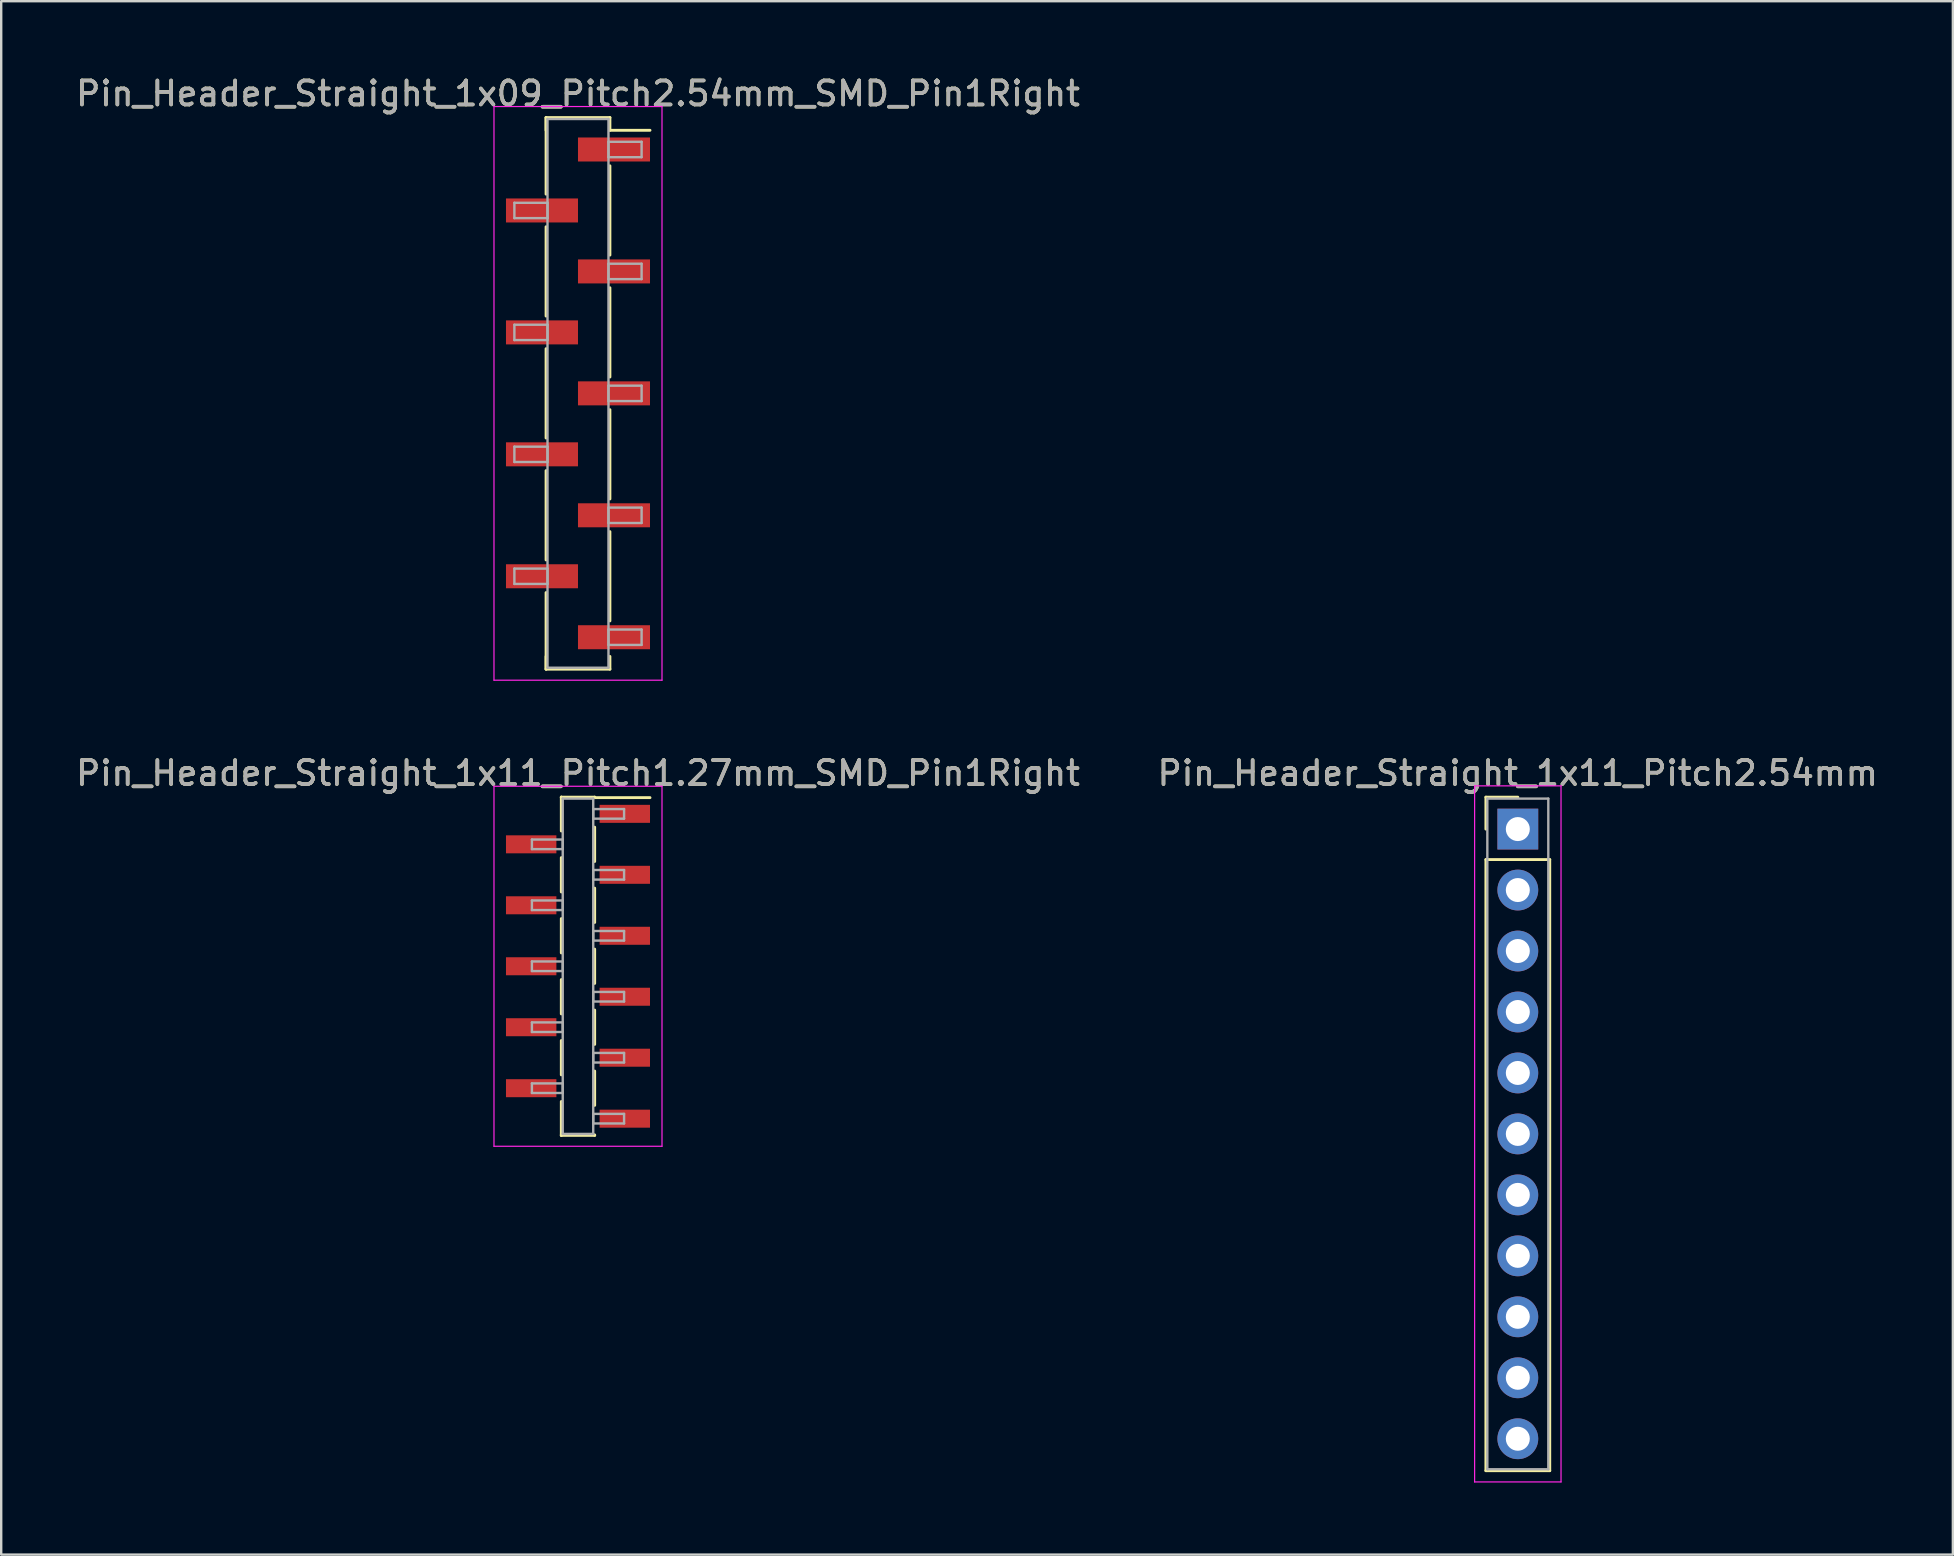
<source format=kicad_pcb>
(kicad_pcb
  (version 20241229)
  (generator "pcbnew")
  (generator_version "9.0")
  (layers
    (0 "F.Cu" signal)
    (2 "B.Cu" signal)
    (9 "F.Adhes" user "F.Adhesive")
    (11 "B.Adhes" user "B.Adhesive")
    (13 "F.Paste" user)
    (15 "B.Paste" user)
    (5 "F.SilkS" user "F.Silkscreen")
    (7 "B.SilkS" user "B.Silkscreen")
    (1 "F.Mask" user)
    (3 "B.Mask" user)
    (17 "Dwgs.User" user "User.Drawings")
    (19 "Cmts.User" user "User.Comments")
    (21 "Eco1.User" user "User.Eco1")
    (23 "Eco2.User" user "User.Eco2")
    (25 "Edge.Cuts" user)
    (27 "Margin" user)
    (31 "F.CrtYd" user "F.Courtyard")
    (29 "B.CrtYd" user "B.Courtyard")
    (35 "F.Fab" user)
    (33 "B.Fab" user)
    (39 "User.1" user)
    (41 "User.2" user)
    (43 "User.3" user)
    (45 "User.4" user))
  (footprint "Pin_Header_Straight_1x09_Pitch2.54mm_SMD_Pin1Right"
    (layer "F.Cu")
    (at 21.03 13.338)
    (property "Reference" "Pin_Header_Straight_1x09_Pitch2.54mm_SMD_Pin1Right" (at 0 -12.49 0) (layer "F.SilkS") (effects (font (size 1 1) (thickness 0.15))))
    (attr smd)
    (fp_line (start -1.33 -11.49) (end -1.33 -8.3) (stroke (width 0.12) (type solid)) (layer "F.SilkS"))
    (fp_line (start -1.33 -11.49) (end 1.33 -11.49) (stroke (width 0.12) (type solid)) (layer "F.SilkS"))
    (fp_line (start -1.33 -10.96) (end -1.33 -11.49) (stroke (width 0.12) (type solid)) (layer "F.SilkS"))
    (fp_line (start -1.33 -6.94) (end -1.33 -3.22) (stroke (width 0.12) (type solid)) (layer "F.SilkS"))
    (fp_line (start -1.33 -1.86) (end -1.33 1.86) (stroke (width 0.12) (type solid)) (layer "F.SilkS"))
    (fp_line (start -1.33 3.22) (end -1.33 6.94) (stroke (width 0.12) (type solid)) (layer "F.SilkS"))
    (fp_line (start -1.33 8.3) (end -1.33 11.49) (stroke (width 0.12) (type solid)) (layer "F.SilkS"))
    (fp_line (start -1.33 10.96) (end -1.33 11.49) (stroke (width 0.12) (type solid)) (layer "F.SilkS"))
    (fp_line (start -1.33 11.49) (end 1.33 11.49) (stroke (width 0.12) (type solid)) (layer "F.SilkS"))
    (fp_line (start 1.33 -11.49) (end 1.33 -10.96) (stroke (width 0.12) (type solid)) (layer "F.SilkS"))
    (fp_line (start 1.33 -10.96) (end 3 -10.96) (stroke (width 0.12) (type solid)) (layer "F.SilkS"))
    (fp_line (start 1.33 -9.48) (end 1.33 -5.76) (stroke (width 0.12) (type solid)) (layer "F.SilkS"))
    (fp_line (start 1.33 -4.4) (end 1.33 -0.68) (stroke (width 0.12) (type solid)) (layer "F.SilkS"))
    (fp_line (start 1.33 0.68) (end 1.33 4.4) (stroke (width 0.12) (type solid)) (layer "F.SilkS"))
    (fp_line (start 1.33 5.76) (end 1.33 9.48) (stroke (width 0.12) (type solid)) (layer "F.SilkS"))
    (fp_line (start 1.33 11.49) (end 1.33 10.96) (stroke (width 0.12) (type solid)) (layer "F.SilkS"))
    (fp_line (start -3.5 -11.95) (end -3.5 11.95) (stroke (width 0.05) (type solid)) (layer "F.CrtYd"))
    (fp_line (start -3.5 11.95) (end 3.5 11.95) (stroke (width 0.05) (type solid)) (layer "F.CrtYd"))
    (fp_line (start 3.5 -11.95) (end -3.5 -11.95) (stroke (width 0.05) (type solid)) (layer "F.CrtYd"))
    (fp_line (start 3.5 11.95) (end 3.5 -11.95) (stroke (width 0.05) (type solid)) (layer "F.CrtYd"))
    (fp_line (start -2.65 -7.94) (end -1.27 -7.94) (stroke (width 0.1) (type solid)) (layer "F.Fab"))
    (fp_line (start -2.65 -7.3) (end -2.65 -7.94) (stroke (width 0.1) (type solid)) (layer "F.Fab"))
    (fp_line (start -2.65 -2.86) (end -1.27 -2.86) (stroke (width 0.1) (type solid)) (layer "F.Fab"))
    (fp_line (start -2.65 -2.22) (end -2.65 -2.86) (stroke (width 0.1) (type solid)) (layer "F.Fab"))
    (fp_line (start -2.65 2.22) (end -1.27 2.22) (stroke (width 0.1) (type solid)) (layer "F.Fab"))
    (fp_line (start -2.65 2.86) (end -2.65 2.22) (stroke (width 0.1) (type solid)) (layer "F.Fab"))
    (fp_line (start -2.65 7.3) (end -1.27 7.3) (stroke (width 0.1) (type solid)) (layer "F.Fab"))
    (fp_line (start -2.65 7.94) (end -2.65 7.3) (stroke (width 0.1) (type solid)) (layer "F.Fab"))
    (fp_line (start -1.27 -11.43) (end -1.27 11.43) (stroke (width 0.1) (type solid)) (layer "F.Fab"))
    (fp_line (start -1.27 -7.94) (end -1.27 -7.3) (stroke (width 0.1) (type solid)) (layer "F.Fab"))
    (fp_line (start -1.27 -7.3) (end -2.65 -7.3) (stroke (width 0.1) (type solid)) (layer "F.Fab"))
    (fp_line (start -1.27 -2.86) (end -1.27 -2.22) (stroke (width 0.1) (type solid)) (layer "F.Fab"))
    (fp_line (start -1.27 -2.22) (end -2.65 -2.22) (stroke (width 0.1) (type solid)) (layer "F.Fab"))
    (fp_line (start -1.27 2.22) (end -1.27 2.86) (stroke (width 0.1) (type solid)) (layer "F.Fab"))
    (fp_line (start -1.27 2.86) (end -2.65 2.86) (stroke (width 0.1) (type solid)) (layer "F.Fab"))
    (fp_line (start -1.27 7.3) (end -1.27 7.94) (stroke (width 0.1) (type solid)) (layer "F.Fab"))
    (fp_line (start -1.27 7.94) (end -2.65 7.94) (stroke (width 0.1) (type solid)) (layer "F.Fab"))
    (fp_line (start -1.27 11.43) (end 1.27 11.43) (stroke (width 0.1) (type solid)) (layer "F.Fab"))
    (fp_line (start 1.27 -11.43) (end -1.27 -11.43) (stroke (width 0.1) (type solid)) (layer "F.Fab"))
    (fp_line (start 1.27 -10.48) (end 1.27 -9.84) (stroke (width 0.1) (type solid)) (layer "F.Fab"))
    (fp_line (start 1.27 -9.84) (end 2.65 -9.84) (stroke (width 0.1) (type solid)) (layer "F.Fab"))
    (fp_line (start 1.27 -5.4) (end 1.27 -4.76) (stroke (width 0.1) (type solid)) (layer "F.Fab"))
    (fp_line (start 1.27 -4.76) (end 2.65 -4.76) (stroke (width 0.1) (type solid)) (layer "F.Fab"))
    (fp_line (start 1.27 -0.32) (end 1.27 0.32) (stroke (width 0.1) (type solid)) (layer "F.Fab"))
    (fp_line (start 1.27 0.32) (end 2.65 0.32) (stroke (width 0.1) (type solid)) (layer "F.Fab"))
    (fp_line (start 1.27 4.76) (end 1.27 5.4) (stroke (width 0.1) (type solid)) (layer "F.Fab"))
    (fp_line (start 1.27 5.4) (end 2.65 5.4) (stroke (width 0.1) (type solid)) (layer "F.Fab"))
    (fp_line (start 1.27 9.84) (end 1.27 10.48) (stroke (width 0.1) (type solid)) (layer "F.Fab"))
    (fp_line (start 1.27 10.48) (end 2.65 10.48) (stroke (width 0.1) (type solid)) (layer "F.Fab"))
    (fp_line (start 1.27 11.43) (end 1.27 -11.43) (stroke (width 0.1) (type solid)) (layer "F.Fab"))
    (fp_line (start 2.65 -10.48) (end 1.27 -10.48) (stroke (width 0.1) (type solid)) (layer "F.Fab"))
    (fp_line (start 2.65 -9.84) (end 2.65 -10.48) (stroke (width 0.1) (type solid)) (layer "F.Fab"))
    (fp_line (start 2.65 -5.4) (end 1.27 -5.4) (stroke (width 0.1) (type solid)) (layer "F.Fab"))
    (fp_line (start 2.65 -4.76) (end 2.65 -5.4) (stroke (width 0.1) (type solid)) (layer "F.Fab"))
    (fp_line (start 2.65 -0.32) (end 1.27 -0.32) (stroke (width 0.1) (type solid)) (layer "F.Fab"))
    (fp_line (start 2.65 0.32) (end 2.65 -0.32) (stroke (width 0.1) (type solid)) (layer "F.Fab"))
    (fp_line (start 2.65 4.76) (end 1.27 4.76) (stroke (width 0.1) (type solid)) (layer "F.Fab"))
    (fp_line (start 2.65 5.4) (end 2.65 4.76) (stroke (width 0.1) (type solid)) (layer "F.Fab"))
    (fp_line (start 2.65 9.84) (end 1.27 9.84) (stroke (width 0.1) (type solid)) (layer "F.Fab"))
    (fp_line (start 2.65 10.48) (end 2.65 9.84) (stroke (width 0.1) (type solid)) (layer "F.Fab"))
    (fp_text user "${REFERENCE}" (at 0 -12.49 0) (layer "F.Fab") (effects (font (size 1 1) (thickness 0.15))))
    (pad "1" smd rect (at 1.5 -10.16) (size 3 1) (layers "F.Cu" "F.Mask" "F.Paste"))
    (pad "2" smd rect (at -1.5 -7.62) (size 3 1) (layers "F.Cu" "F.Mask" "F.Paste"))
    (pad "3" smd rect (at 1.5 -5.08) (size 3 1) (layers "F.Cu" "F.Mask" "F.Paste"))
    (pad "4" smd rect (at -1.5 -2.54) (size 3 1) (layers "F.Cu" "F.Mask" "F.Paste"))
    (pad "5" smd rect (at 1.5 0) (size 3 1) (layers "F.Cu" "F.Mask" "F.Paste"))
    (pad "6" smd rect (at -1.5 2.54) (size 3 1) (layers "F.Cu" "F.Mask" "F.Paste"))
    (pad "7" smd rect (at 1.5 5.08) (size 3 1) (layers "F.Cu" "F.Mask" "F.Paste"))
    (pad "8" smd rect (at -1.5 7.62) (size 3 1) (layers "F.Cu" "F.Mask" "F.Paste"))
    (pad "9" smd rect (at 1.5 10.16) (size 3 1) (layers "F.Cu" "F.Mask" "F.Paste")))
  (footprint "Pin_Header_Straight_1x11_Pitch2.54mm"
    (layer "F.Cu")
    (at 60.185 31.491)
    (property "Reference" "Pin_Header_Straight_1x11_Pitch2.54mm" (at 0 -2.33 0) (layer "F.SilkS") (effects (font (size 1 1) (thickness 0.15))))
    (attr through_hole)
    (fp_line (start -1.33 -1.33) (end 0 -1.33) (stroke (width 0.12) (type solid)) (layer "F.SilkS"))
    (fp_line (start -1.33 0) (end -1.33 -1.33) (stroke (width 0.12) (type solid)) (layer "F.SilkS"))
    (fp_line (start -1.33 1.27) (end -1.33 26.73) (stroke (width 0.12) (type solid)) (layer "F.SilkS"))
    (fp_line (start -1.33 26.73) (end 1.33 26.73) (stroke (width 0.12) (type solid)) (layer "F.SilkS"))
    (fp_line (start 1.33 1.27) (end -1.33 1.27) (stroke (width 0.12) (type solid)) (layer "F.SilkS"))
    (fp_line (start 1.33 26.73) (end 1.33 1.27) (stroke (width 0.12) (type solid)) (layer "F.SilkS"))
    (fp_line (start -1.8 -1.8) (end -1.8 27.2) (stroke (width 0.05) (type solid)) (layer "F.CrtYd"))
    (fp_line (start -1.8 27.2) (end 1.8 27.2) (stroke (width 0.05) (type solid)) (layer "F.CrtYd"))
    (fp_line (start 1.8 -1.8) (end -1.8 -1.8) (stroke (width 0.05) (type solid)) (layer "F.CrtYd"))
    (fp_line (start 1.8 27.2) (end 1.8 -1.8) (stroke (width 0.05) (type solid)) (layer "F.CrtYd"))
    (fp_line (start -1.27 -1.27) (end -1.27 26.67) (stroke (width 0.1) (type solid)) (layer "F.Fab"))
    (fp_line (start -1.27 26.67) (end 1.27 26.67) (stroke (width 0.1) (type solid)) (layer "F.Fab"))
    (fp_line (start 1.27 -1.27) (end -1.27 -1.27) (stroke (width 0.1) (type solid)) (layer "F.Fab"))
    (fp_line (start 1.27 26.67) (end 1.27 -1.27) (stroke (width 0.1) (type solid)) (layer "F.Fab"))
    (fp_text user "${REFERENCE}" (at 0 -2.33 0) (layer "F.Fab") (effects (font (size 1 1) (thickness 0.15))))
    (pad "1" thru_hole rect (at 0 0) (size 1.7 1.7) (drill 1) (layers "*.Cu" "*.Mask"))
    (pad "2" thru_hole oval (at 0 2.54) (size 1.7 1.7) (drill 1) (layers "*.Cu" "*.Mask"))
    (pad "3" thru_hole oval (at 0 5.08) (size 1.7 1.7) (drill 1) (layers "*.Cu" "*.Mask"))
    (pad "4" thru_hole oval (at 0 7.62) (size 1.7 1.7) (drill 1) (layers "*.Cu" "*.Mask"))
    (pad "5" thru_hole oval (at 0 10.16) (size 1.7 1.7) (drill 1) (layers "*.Cu" "*.Mask"))
    (pad "6" thru_hole oval (at 0 12.7) (size 1.7 1.7) (drill 1) (layers "*.Cu" "*.Mask"))
    (pad "7" thru_hole oval (at 0 15.24) (size 1.7 1.7) (drill 1) (layers "*.Cu" "*.Mask"))
    (pad "8" thru_hole oval (at 0 17.78) (size 1.7 1.7) (drill 1) (layers "*.Cu" "*.Mask"))
    (pad "9" thru_hole oval (at 0 20.32) (size 1.7 1.7) (drill 1) (layers "*.Cu" "*.Mask"))
    (pad "10" thru_hole oval (at 0 22.86) (size 1.7 1.7) (drill 1) (layers "*.Cu" "*.Mask"))
    (pad "11" thru_hole oval (at 0 25.4) (size 1.7 1.7) (drill 1) (layers "*.Cu" "*.Mask")))
  (footprint "Pin_Header_Straight_1x11_Pitch1.27mm_SMD_Pin1Right"
    (layer "F.Cu")
    (at 21.03 37.206)
    (property "Reference" "Pin_Header_Straight_1x11_Pitch1.27mm_SMD_Pin1Right" (at 0 -8.045 0) (layer "F.SilkS") (effects (font (size 1 1) (thickness 0.15))))
    (attr smd)
    (fp_line (start -0.695 -7.045) (end -0.695 -5.635) (stroke (width 0.12) (type solid)) (layer "F.SilkS"))
    (fp_line (start -0.695 -7.045) (end 0.695 -7.045) (stroke (width 0.12) (type solid)) (layer "F.SilkS"))
    (fp_line (start -0.695 -7.025) (end -0.695 -7.045) (stroke (width 0.12) (type solid)) (layer "F.SilkS"))
    (fp_line (start -0.695 -4.525) (end -0.695 -3.095) (stroke (width 0.12) (type solid)) (layer "F.SilkS"))
    (fp_line (start -0.695 -1.985) (end -0.695 -0.555) (stroke (width 0.12) (type solid)) (layer "F.SilkS"))
    (fp_line (start -0.695 0.555) (end -0.695 1.985) (stroke (width 0.12) (type solid)) (layer "F.SilkS"))
    (fp_line (start -0.695 3.095) (end -0.695 4.525) (stroke (width 0.12) (type solid)) (layer "F.SilkS"))
    (fp_line (start -0.695 5.635) (end -0.695 7.045) (stroke (width 0.12) (type solid)) (layer "F.SilkS"))
    (fp_line (start -0.695 7.025) (end -0.695 7.045) (stroke (width 0.12) (type solid)) (layer "F.SilkS"))
    (fp_line (start -0.695 7.045) (end 0.695 7.045) (stroke (width 0.12) (type solid)) (layer "F.SilkS"))
    (fp_line (start 0.695 -7.045) (end 0.695 -7.025) (stroke (width 0.12) (type solid)) (layer "F.SilkS"))
    (fp_line (start 0.695 -7.025) (end 3 -7.025) (stroke (width 0.12) (type solid)) (layer "F.SilkS"))
    (fp_line (start 0.695 -5.795) (end 0.695 -4.365) (stroke (width 0.12) (type solid)) (layer "F.SilkS"))
    (fp_line (start 0.695 -3.255) (end 0.695 -1.825) (stroke (width 0.12) (type solid)) (layer "F.SilkS"))
    (fp_line (start 0.695 -0.715) (end 0.695 0.715) (stroke (width 0.12) (type solid)) (layer "F.SilkS"))
    (fp_line (start 0.695 1.825) (end 0.695 3.255) (stroke (width 0.12) (type solid)) (layer "F.SilkS"))
    (fp_line (start 0.695 4.365) (end 0.695 5.795) (stroke (width 0.12) (type solid)) (layer "F.SilkS"))
    (fp_line (start 0.695 7.045) (end 0.695 7.025) (stroke (width 0.12) (type solid)) (layer "F.SilkS"))
    (fp_line (start -3.5 -7.5) (end -3.5 7.5) (stroke (width 0.05) (type solid)) (layer "F.CrtYd"))
    (fp_line (start -3.5 7.5) (end 3.5 7.5) (stroke (width 0.05) (type solid)) (layer "F.CrtYd"))
    (fp_line (start 3.5 -7.5) (end -3.5 -7.5) (stroke (width 0.05) (type solid)) (layer "F.CrtYd"))
    (fp_line (start 3.5 7.5) (end 3.5 -7.5) (stroke (width 0.05) (type solid)) (layer "F.CrtYd"))
    (fp_line (start -1.92 -5.28) (end -0.635 -5.28) (stroke (width 0.1) (type solid)) (layer "F.Fab"))
    (fp_line (start -1.92 -4.88) (end -1.92 -5.28) (stroke (width 0.1) (type solid)) (layer "F.Fab"))
    (fp_line (start -1.92 -2.74) (end -0.635 -2.74) (stroke (width 0.1) (type solid)) (layer "F.Fab"))
    (fp_line (start -1.92 -2.34) (end -1.92 -2.74) (stroke (width 0.1) (type solid)) (layer "F.Fab"))
    (fp_line (start -1.92 -0.2) (end -0.635 -0.2) (stroke (width 0.1) (type solid)) (layer "F.Fab"))
    (fp_line (start -1.92 0.2) (end -1.92 -0.2) (stroke (width 0.1) (type solid)) (layer "F.Fab"))
    (fp_line (start -1.92 2.34) (end -0.635 2.34) (stroke (width 0.1) (type solid)) (layer "F.Fab"))
    (fp_line (start -1.92 2.74) (end -1.92 2.34) (stroke (width 0.1) (type solid)) (layer "F.Fab"))
    (fp_line (start -1.92 4.88) (end -0.635 4.88) (stroke (width 0.1) (type solid)) (layer "F.Fab"))
    (fp_line (start -1.92 5.28) (end -1.92 4.88) (stroke (width 0.1) (type solid)) (layer "F.Fab"))
    (fp_line (start -0.635 -6.985) (end -0.635 6.985) (stroke (width 0.1) (type solid)) (layer "F.Fab"))
    (fp_line (start -0.635 -5.28) (end -0.635 -4.88) (stroke (width 0.1) (type solid)) (layer "F.Fab"))
    (fp_line (start -0.635 -4.88) (end -1.92 -4.88) (stroke (width 0.1) (type solid)) (layer "F.Fab"))
    (fp_line (start -0.635 -2.74) (end -0.635 -2.34) (stroke (width 0.1) (type solid)) (layer "F.Fab"))
    (fp_line (start -0.635 -2.34) (end -1.92 -2.34) (stroke (width 0.1) (type solid)) (layer "F.Fab"))
    (fp_line (start -0.635 -0.2) (end -0.635 0.2) (stroke (width 0.1) (type solid)) (layer "F.Fab"))
    (fp_line (start -0.635 0.2) (end -1.92 0.2) (stroke (width 0.1) (type solid)) (layer "F.Fab"))
    (fp_line (start -0.635 2.34) (end -0.635 2.74) (stroke (width 0.1) (type solid)) (layer "F.Fab"))
    (fp_line (start -0.635 2.74) (end -1.92 2.74) (stroke (width 0.1) (type solid)) (layer "F.Fab"))
    (fp_line (start -0.635 4.88) (end -0.635 5.28) (stroke (width 0.1) (type solid)) (layer "F.Fab"))
    (fp_line (start -0.635 5.28) (end -1.92 5.28) (stroke (width 0.1) (type solid)) (layer "F.Fab"))
    (fp_line (start -0.635 6.985) (end 0.635 6.985) (stroke (width 0.1) (type solid)) (layer "F.Fab"))
    (fp_line (start 0.635 -6.985) (end -0.635 -6.985) (stroke (width 0.1) (type solid)) (layer "F.Fab"))
    (fp_line (start 0.635 -6.55) (end 0.635 -6.15) (stroke (width 0.1) (type solid)) (layer "F.Fab"))
    (fp_line (start 0.635 -6.15) (end 1.92 -6.15) (stroke (width 0.1) (type solid)) (layer "F.Fab"))
    (fp_line (start 0.635 -4.01) (end 0.635 -3.61) (stroke (width 0.1) (type solid)) (layer "F.Fab"))
    (fp_line (start 0.635 -3.61) (end 1.92 -3.61) (stroke (width 0.1) (type solid)) (layer "F.Fab"))
    (fp_line (start 0.635 -1.47) (end 0.635 -1.07) (stroke (width 0.1) (type solid)) (layer "F.Fab"))
    (fp_line (start 0.635 -1.07) (end 1.92 -1.07) (stroke (width 0.1) (type solid)) (layer "F.Fab"))
    (fp_line (start 0.635 1.07) (end 0.635 1.47) (stroke (width 0.1) (type solid)) (layer "F.Fab"))
    (fp_line (start 0.635 1.47) (end 1.92 1.47) (stroke (width 0.1) (type solid)) (layer "F.Fab"))
    (fp_line (start 0.635 3.61) (end 0.635 4.01) (stroke (width 0.1) (type solid)) (layer "F.Fab"))
    (fp_line (start 0.635 4.01) (end 1.92 4.01) (stroke (width 0.1) (type solid)) (layer "F.Fab"))
    (fp_line (start 0.635 6.15) (end 0.635 6.55) (stroke (width 0.1) (type solid)) (layer "F.Fab"))
    (fp_line (start 0.635 6.55) (end 1.92 6.55) (stroke (width 0.1) (type solid)) (layer "F.Fab"))
    (fp_line (start 0.635 6.985) (end 0.635 -6.985) (stroke (width 0.1) (type solid)) (layer "F.Fab"))
    (fp_line (start 1.92 -6.55) (end 0.635 -6.55) (stroke (width 0.1) (type solid)) (layer "F.Fab"))
    (fp_line (start 1.92 -6.15) (end 1.92 -6.55) (stroke (width 0.1) (type solid)) (layer "F.Fab"))
    (fp_line (start 1.92 -4.01) (end 0.635 -4.01) (stroke (width 0.1) (type solid)) (layer "F.Fab"))
    (fp_line (start 1.92 -3.61) (end 1.92 -4.01) (stroke (width 0.1) (type solid)) (layer "F.Fab"))
    (fp_line (start 1.92 -1.47) (end 0.635 -1.47) (stroke (width 0.1) (type solid)) (layer "F.Fab"))
    (fp_line (start 1.92 -1.07) (end 1.92 -1.47) (stroke (width 0.1) (type solid)) (layer "F.Fab"))
    (fp_line (start 1.92 1.07) (end 0.635 1.07) (stroke (width 0.1) (type solid)) (layer "F.Fab"))
    (fp_line (start 1.92 1.47) (end 1.92 1.07) (stroke (width 0.1) (type solid)) (layer "F.Fab"))
    (fp_line (start 1.92 3.61) (end 0.635 3.61) (stroke (width 0.1) (type solid)) (layer "F.Fab"))
    (fp_line (start 1.92 4.01) (end 1.92 3.61) (stroke (width 0.1) (type solid)) (layer "F.Fab"))
    (fp_line (start 1.92 6.15) (end 0.635 6.15) (stroke (width 0.1) (type solid)) (layer "F.Fab"))
    (fp_line (start 1.92 6.55) (end 1.92 6.15) (stroke (width 0.1) (type solid)) (layer "F.Fab"))
    (fp_text user "${REFERENCE}" (at 0 -8.045 0) (layer "F.Fab") (effects (font (size 1 1) (thickness 0.15))))
    (pad "1" smd rect (at 1.95 -6.35) (size 2.1 0.75) (layers "F.Cu" "F.Mask" "F.Paste"))
    (pad "2" smd rect (at -1.95 -5.08) (size 2.1 0.75) (layers "F.Cu" "F.Mask" "F.Paste"))
    (pad "3" smd rect (at 1.95 -3.81) (size 2.1 0.75) (layers "F.Cu" "F.Mask" "F.Paste"))
    (pad "4" smd rect (at -1.95 -2.54) (size 2.1 0.75) (layers "F.Cu" "F.Mask" "F.Paste"))
    (pad "5" smd rect (at 1.95 -1.27) (size 2.1 0.75) (layers "F.Cu" "F.Mask" "F.Paste"))
    (pad "6" smd rect (at -1.95 0) (size 2.1 0.75) (layers "F.Cu" "F.Mask" "F.Paste"))
    (pad "7" smd rect (at 1.95 1.27) (size 2.1 0.75) (layers "F.Cu" "F.Mask" "F.Paste"))
    (pad "8" smd rect (at -1.95 2.54) (size 2.1 0.75) (layers "F.Cu" "F.Mask" "F.Paste"))
    (pad "9" smd rect (at 1.95 3.81) (size 2.1 0.75) (layers "F.Cu" "F.Mask" "F.Paste"))
    (pad "10" smd rect (at -1.95 5.08) (size 2.1 0.75) (layers "F.Cu" "F.Mask" "F.Paste"))
    (pad "11" smd rect (at 1.95 6.35) (size 2.1 0.75) (layers "F.Cu" "F.Mask" "F.Paste")))
  (gr_rect
    (start -3 -3)
    (end 78.31 61.717)
    (stroke (width 0.1) (type default))
    (fill no)
    (layer "Edge.Cuts")))
</source>
